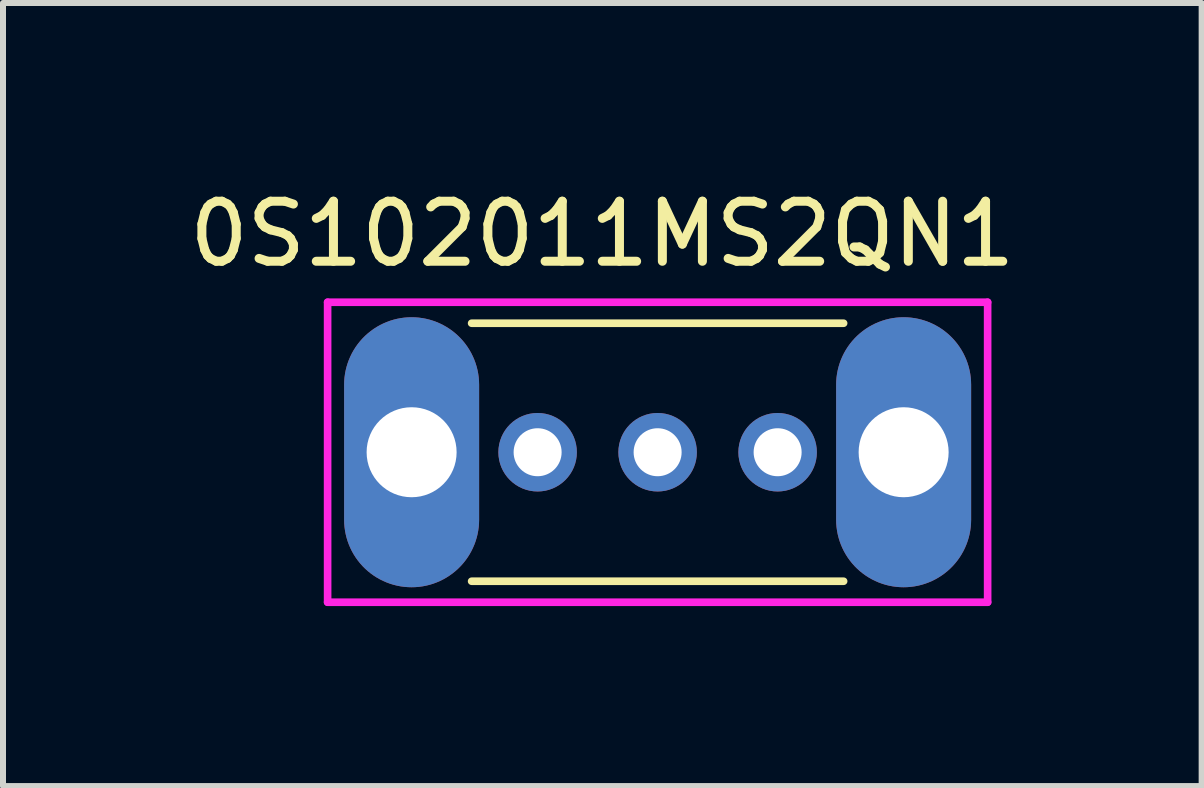
<source format=kicad_pcb>
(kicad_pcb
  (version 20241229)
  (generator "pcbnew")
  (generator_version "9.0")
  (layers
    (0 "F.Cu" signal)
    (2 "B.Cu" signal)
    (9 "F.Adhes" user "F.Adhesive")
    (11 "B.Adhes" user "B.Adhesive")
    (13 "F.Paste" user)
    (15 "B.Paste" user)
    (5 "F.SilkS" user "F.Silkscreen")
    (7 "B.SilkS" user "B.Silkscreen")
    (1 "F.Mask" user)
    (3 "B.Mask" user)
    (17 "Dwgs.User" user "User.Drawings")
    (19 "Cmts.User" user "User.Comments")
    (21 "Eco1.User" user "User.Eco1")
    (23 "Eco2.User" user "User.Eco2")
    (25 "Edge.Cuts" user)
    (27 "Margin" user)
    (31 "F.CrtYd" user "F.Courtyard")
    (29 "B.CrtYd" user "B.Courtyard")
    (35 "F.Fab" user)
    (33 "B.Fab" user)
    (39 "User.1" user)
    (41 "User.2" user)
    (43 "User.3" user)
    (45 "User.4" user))
  (footprint "0S102011MS2QN1"
    (layer "F.Cu")
    (at 3.81 4.487)
    (property "Reference" "0S102011MS2QN1" (at 3.178 -3.638 0) (layer "F.SilkS") (effects (font (size 1.001 1.001) (thickness 0.15))))
    (attr through_hole)
    (fp_line (start 1 -2.15) (end 7.2 -2.15) (stroke (width 0.127) (type solid)) (layer "F.SilkS"))
    (fp_line (start 1 2.15) (end 7.2 2.15) (stroke (width 0.127) (type solid)) (layer "F.SilkS"))
    (fp_line (start -1.4 -2.5) (end 9.6 -2.5) (stroke (width 0.127) (type solid)) (layer "F.CrtYd"))
    (fp_line (start -1.4 2.5) (end -1.4 -2.5) (stroke (width 0.127) (type solid)) (layer "F.CrtYd"))
    (fp_line (start 9.6 -2.5) (end 9.6 2.5) (stroke (width 0.127) (type solid)) (layer "F.CrtYd"))
    (fp_line (start 9.6 2.5) (end -1.4 2.5) (stroke (width 0.127) (type solid)) (layer "F.CrtYd"))
    (pad "P$1" thru_hole circle (at 2.1 0) (size 1.308 1.308) (drill 0.8) (layers "*.Cu" "*.Mask"))
    (pad "P$2" thru_hole circle (at 4.1 0) (size 1.308 1.308) (drill 0.8) (layers "*.Cu" "*.Mask"))
    (pad "P$3" thru_hole circle (at 6.1 0) (size 1.308 1.308) (drill 0.8) (layers "*.Cu" "*.Mask"))
    (pad "P$4" thru_hole oval (at 0 0) (size 2.25 4.5) (drill 1.5) (layers "*.Cu" "*.Mask"))
    (pad "P$5" thru_hole oval (at 8.2 0) (size 2.25 4.5) (drill 1.5) (layers "*.Cu" "*.Mask")))
  (gr_rect
    (start -3 -3)
    (end 16.977 10.051)
    (stroke (width 0.1) (type default))
    (fill no)
    (layer "Edge.Cuts")))
</source>
